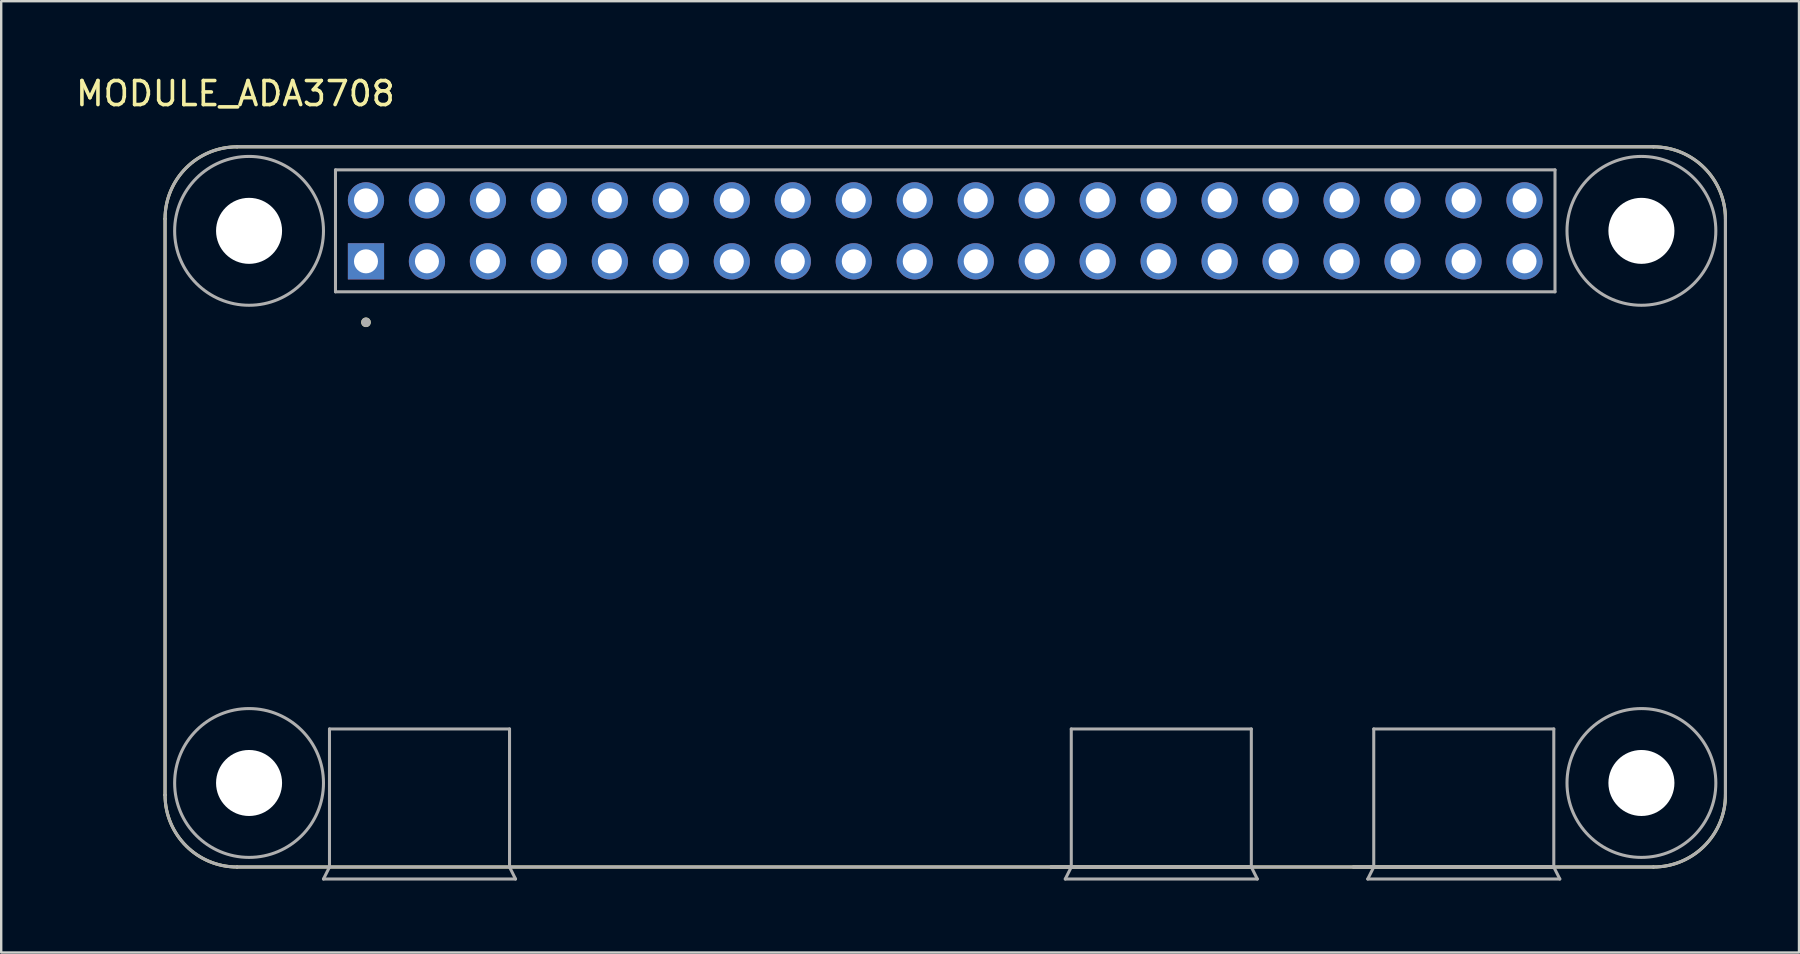
<source format=kicad_pcb>
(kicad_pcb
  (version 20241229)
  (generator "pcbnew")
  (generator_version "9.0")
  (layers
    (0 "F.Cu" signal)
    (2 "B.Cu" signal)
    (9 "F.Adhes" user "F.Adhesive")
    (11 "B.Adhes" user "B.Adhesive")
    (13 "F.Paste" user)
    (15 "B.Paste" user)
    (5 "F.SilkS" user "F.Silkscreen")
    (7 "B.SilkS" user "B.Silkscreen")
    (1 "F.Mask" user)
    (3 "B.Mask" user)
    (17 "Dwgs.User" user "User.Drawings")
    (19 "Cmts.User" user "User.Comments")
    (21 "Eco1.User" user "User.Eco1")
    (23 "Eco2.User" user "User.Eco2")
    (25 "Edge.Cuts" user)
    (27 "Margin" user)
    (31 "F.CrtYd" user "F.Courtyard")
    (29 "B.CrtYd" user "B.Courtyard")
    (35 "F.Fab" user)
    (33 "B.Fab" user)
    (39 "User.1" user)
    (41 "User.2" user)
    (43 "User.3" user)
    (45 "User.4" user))
  (footprint "MODULE_ADA3708"
    (layer "F.Cu")
    (at 36.325 18.066)
    (property "Reference" "MODULE_ADA3708" (at -29.569 -17.216 0) (layer "F.SilkS") (effects (font (size 1.002 1.002) (thickness 0.15))))
    (attr through_hole)
    (fp_line (start -32.5 -12) (end -32.5 12) (stroke (width 0.127) (type solid)) (layer "F.SilkS"))
    (fp_line (start -29.5 15) (end 29.5 15) (stroke (width 0.127) (type solid)) (layer "F.SilkS"))
    (fp_line (start 4.4 15) (end 12.75 15) (stroke (width 0.127) (type solid)) (layer "F.SilkS"))
    (fp_line (start 17 15) (end 25.35 15) (stroke (width 0.127) (type solid)) (layer "F.SilkS"))
    (fp_line (start 29.5 -15) (end -29.5 -15) (stroke (width 0.127) (type solid)) (layer "F.SilkS"))
    (fp_line (start 32.5 12) (end 32.5 -12) (stroke (width 0.127) (type solid)) (layer "F.SilkS"))
    (fp_arc (start -32.5 -12) (mid -31.62132 -14.12132) (end -29.5 -15) (stroke (width 0.127) (type solid)) (layer "F.SilkS"))
    (fp_arc (start -29.5 15) (mid -31.62132 14.12132) (end -32.5 12) (stroke (width 0.127) (type solid)) (layer "F.SilkS"))
    (fp_arc (start 29.5 -15) (mid 31.62132 -14.12132) (end 32.5 -12) (stroke (width 0.127) (type solid)) (layer "F.SilkS"))
    (fp_arc (start 32.5 12) (mid 31.62132 14.12132) (end 29.5 15) (stroke (width 0.127) (type solid)) (layer "F.SilkS"))
    (fp_circle (center -24.13 -7.69) (end -24.03 -7.69) (stroke (width 0.2) (type solid)) (fill no) (layer "F.SilkS"))
    (fp_line (start -32.5 -12) (end -32.5 12) (stroke (width 0.127) (type solid)) (layer "F.Fab"))
    (fp_line (start -29.5 15) (end -25.65 15) (stroke (width 0.127) (type solid)) (layer "F.Fab"))
    (fp_line (start -25.9 15.5) (end -17.9 15.5) (stroke (width 0.127) (type solid)) (layer "F.Fab"))
    (fp_line (start -25.65 9.25) (end -18.15 9.25) (stroke (width 0.127) (type solid)) (layer "F.Fab"))
    (fp_line (start -25.65 15) (end -25.9 15.5) (stroke (width 0.127) (type solid)) (layer "F.Fab"))
    (fp_line (start -25.65 15) (end -25.65 9.25) (stroke (width 0.127) (type solid)) (layer "F.Fab"))
    (fp_line (start -25.65 15) (end -18.15 15) (stroke (width 0.127) (type solid)) (layer "F.Fab"))
    (fp_line (start -25.4 -14.04) (end -25.4 -8.96) (stroke (width 0.127) (type solid)) (layer "F.Fab"))
    (fp_line (start -25.4 -8.96) (end 25.4 -8.96) (stroke (width 0.127) (type solid)) (layer "F.Fab"))
    (fp_line (start -18.15 9.25) (end -18.15 15) (stroke (width 0.127) (type solid)) (layer "F.Fab"))
    (fp_line (start -18.15 15) (end 29.5 15) (stroke (width 0.127) (type solid)) (layer "F.Fab"))
    (fp_line (start -17.9 15.5) (end -18.15 15) (stroke (width 0.127) (type solid)) (layer "F.Fab"))
    (fp_line (start 4.4 15) (end 5.25 15) (stroke (width 0.127) (type solid)) (layer "F.Fab"))
    (fp_line (start 5 15.5) (end 13 15.5) (stroke (width 0.127) (type solid)) (layer "F.Fab"))
    (fp_line (start 5.25 9.25) (end 12.75 9.25) (stroke (width 0.127) (type solid)) (layer "F.Fab"))
    (fp_line (start 5.25 15) (end 5 15.5) (stroke (width 0.127) (type solid)) (layer "F.Fab"))
    (fp_line (start 5.25 15) (end 5.25 9.25) (stroke (width 0.127) (type solid)) (layer "F.Fab"))
    (fp_line (start 5.25 15) (end 12.75 15) (stroke (width 0.127) (type solid)) (layer "F.Fab"))
    (fp_line (start 12.75 9.25) (end 12.75 15) (stroke (width 0.127) (type solid)) (layer "F.Fab"))
    (fp_line (start 13 15.5) (end 12.75 15) (stroke (width 0.127) (type solid)) (layer "F.Fab"))
    (fp_line (start 17 15) (end 17.85 15) (stroke (width 0.127) (type solid)) (layer "F.Fab"))
    (fp_line (start 17.6 15.5) (end 25.6 15.5) (stroke (width 0.127) (type solid)) (layer "F.Fab"))
    (fp_line (start 17.85 9.25) (end 25.35 9.25) (stroke (width 0.127) (type solid)) (layer "F.Fab"))
    (fp_line (start 17.85 15) (end 17.6 15.5) (stroke (width 0.127) (type solid)) (layer "F.Fab"))
    (fp_line (start 17.85 15) (end 17.85 9.25) (stroke (width 0.127) (type solid)) (layer "F.Fab"))
    (fp_line (start 17.85 15) (end 25.35 15) (stroke (width 0.127) (type solid)) (layer "F.Fab"))
    (fp_line (start 25.35 9.25) (end 25.35 15) (stroke (width 0.127) (type solid)) (layer "F.Fab"))
    (fp_line (start 25.4 -14.04) (end -25.4 -14.04) (stroke (width 0.127) (type solid)) (layer "F.Fab"))
    (fp_line (start 25.4 -8.96) (end 25.4 -14.04) (stroke (width 0.127) (type solid)) (layer "F.Fab"))
    (fp_line (start 25.6 15.5) (end 25.35 15) (stroke (width 0.127) (type solid)) (layer "F.Fab"))
    (fp_line (start 29.5 -15) (end -29.5 -15) (stroke (width 0.127) (type solid)) (layer "F.Fab"))
    (fp_line (start 32.5 12) (end 32.5 -12) (stroke (width 0.127) (type solid)) (layer "F.Fab"))
    (fp_arc (start -32.5 -12) (mid -31.62132 -14.12132) (end -29.5 -15) (stroke (width 0.127) (type solid)) (layer "F.Fab"))
    (fp_arc (start -29.5 15) (mid -31.62132 14.12132) (end -32.5 12) (stroke (width 0.127) (type solid)) (layer "F.Fab"))
    (fp_arc (start 29.5 -15) (mid 31.62132 -14.12132) (end 32.5 -12) (stroke (width 0.127) (type solid)) (layer "F.Fab"))
    (fp_arc (start 32.5 12) (mid 31.62132 14.12132) (end 29.5 15) (stroke (width 0.127) (type solid)) (layer "F.Fab"))
    (fp_circle (center -29 -11.5) (end -25.9 -11.5) (stroke (width 0.127) (type solid)) (fill no) (layer "F.Fab"))
    (fp_circle (center -29 11.5) (end -25.9 11.5) (stroke (width 0.127) (type solid)) (fill no) (layer "F.Fab"))
    (fp_circle (center -24.13 -7.69) (end -24.03 -7.69) (stroke (width 0.2) (type solid)) (fill no) (layer "F.Fab"))
    (fp_circle (center 29 -11.5) (end 32.1 -11.5) (stroke (width 0.127) (type solid)) (fill no) (layer "F.Fab"))
    (fp_circle (center 29 11.5) (end 32.1 11.5) (stroke (width 0.127) (type solid)) (fill no) (layer "F.Fab"))
    (pad "" np_thru_hole circle (at -29 -11.5) (size 2.75 2.75) (drill 2.75) (layers "*.Cu" "*.Mask"))
    (pad "" np_thru_hole circle (at -29 11.5) (size 2.75 2.75) (drill 2.75) (layers "*.Cu" "*.Mask"))
    (pad "" np_thru_hole circle (at 29 -11.5) (size 2.75 2.75) (drill 2.75) (layers "*.Cu" "*.Mask"))
    (pad "" np_thru_hole circle (at 29 11.5) (size 2.75 2.75) (drill 2.75) (layers "*.Cu" "*.Mask"))
    (pad "1" thru_hole rect (at -24.13 -10.23) (size 1.508 1.508) (drill 1) (layers "*.Cu" "*.Mask"))
    (pad "2" thru_hole circle (at -24.13 -12.77) (size 1.508 1.508) (drill 1) (layers "*.Cu" "*.Mask"))
    (pad "3" thru_hole circle (at -21.59 -10.23) (size 1.508 1.508) (drill 1) (layers "*.Cu" "*.Mask"))
    (pad "4" thru_hole circle (at -21.59 -12.77) (size 1.508 1.508) (drill 1) (layers "*.Cu" "*.Mask"))
    (pad "5" thru_hole circle (at -19.05 -10.23) (size 1.508 1.508) (drill 1) (layers "*.Cu" "*.Mask"))
    (pad "6" thru_hole circle (at -19.05 -12.77) (size 1.508 1.508) (drill 1) (layers "*.Cu" "*.Mask"))
    (pad "7" thru_hole circle (at -16.51 -10.23) (size 1.508 1.508) (drill 1) (layers "*.Cu" "*.Mask"))
    (pad "8" thru_hole circle (at -16.51 -12.77) (size 1.508 1.508) (drill 1) (layers "*.Cu" "*.Mask"))
    (pad "9" thru_hole circle (at -13.97 -10.23) (size 1.508 1.508) (drill 1) (layers "*.Cu" "*.Mask"))
    (pad "10" thru_hole circle (at -13.97 -12.77) (size 1.508 1.508) (drill 1) (layers "*.Cu" "*.Mask"))
    (pad "11" thru_hole circle (at -11.43 -10.23) (size 1.508 1.508) (drill 1) (layers "*.Cu" "*.Mask"))
    (pad "12" thru_hole circle (at -11.43 -12.77) (size 1.508 1.508) (drill 1) (layers "*.Cu" "*.Mask"))
    (pad "13" thru_hole circle (at -8.89 -10.23) (size 1.508 1.508) (drill 1) (layers "*.Cu" "*.Mask"))
    (pad "14" thru_hole circle (at -8.89 -12.77) (size 1.508 1.508) (drill 1) (layers "*.Cu" "*.Mask"))
    (pad "15" thru_hole circle (at -6.35 -10.23) (size 1.508 1.508) (drill 1) (layers "*.Cu" "*.Mask"))
    (pad "16" thru_hole circle (at -6.35 -12.77) (size 1.508 1.508) (drill 1) (layers "*.Cu" "*.Mask"))
    (pad "17" thru_hole circle (at -3.81 -10.23) (size 1.508 1.508) (drill 1) (layers "*.Cu" "*.Mask"))
    (pad "18" thru_hole circle (at -3.81 -12.77) (size 1.508 1.508) (drill 1) (layers "*.Cu" "*.Mask"))
    (pad "19" thru_hole circle (at -1.27 -10.23) (size 1.508 1.508) (drill 1) (layers "*.Cu" "*.Mask"))
    (pad "20" thru_hole circle (at -1.27 -12.77) (size 1.508 1.508) (drill 1) (layers "*.Cu" "*.Mask"))
    (pad "21" thru_hole circle (at 1.27 -10.23) (size 1.508 1.508) (drill 1) (layers "*.Cu" "*.Mask"))
    (pad "22" thru_hole circle (at 1.27 -12.77) (size 1.508 1.508) (drill 1) (layers "*.Cu" "*.Mask"))
    (pad "23" thru_hole circle (at 3.81 -10.23) (size 1.508 1.508) (drill 1) (layers "*.Cu" "*.Mask"))
    (pad "24" thru_hole circle (at 3.81 -12.77) (size 1.508 1.508) (drill 1) (layers "*.Cu" "*.Mask"))
    (pad "25" thru_hole circle (at 6.35 -10.23) (size 1.508 1.508) (drill 1) (layers "*.Cu" "*.Mask"))
    (pad "26" thru_hole circle (at 6.35 -12.77) (size 1.508 1.508) (drill 1) (layers "*.Cu" "*.Mask"))
    (pad "27" thru_hole circle (at 8.89 -10.23) (size 1.508 1.508) (drill 1) (layers "*.Cu" "*.Mask"))
    (pad "28" thru_hole circle (at 8.89 -12.77) (size 1.508 1.508) (drill 1) (layers "*.Cu" "*.Mask"))
    (pad "29" thru_hole circle (at 11.43 -10.23) (size 1.508 1.508) (drill 1) (layers "*.Cu" "*.Mask"))
    (pad "30" thru_hole circle (at 11.43 -12.77) (size 1.508 1.508) (drill 1) (layers "*.Cu" "*.Mask"))
    (pad "31" thru_hole circle (at 13.97 -10.23) (size 1.508 1.508) (drill 1) (layers "*.Cu" "*.Mask"))
    (pad "32" thru_hole circle (at 13.97 -12.77) (size 1.508 1.508) (drill 1) (layers "*.Cu" "*.Mask"))
    (pad "33" thru_hole circle (at 16.51 -10.23) (size 1.508 1.508) (drill 1) (layers "*.Cu" "*.Mask"))
    (pad "34" thru_hole circle (at 16.51 -12.77) (size 1.508 1.508) (drill 1) (layers "*.Cu" "*.Mask"))
    (pad "35" thru_hole circle (at 19.05 -10.23) (size 1.508 1.508) (drill 1) (layers "*.Cu" "*.Mask"))
    (pad "36" thru_hole circle (at 19.05 -12.77) (size 1.508 1.508) (drill 1) (layers "*.Cu" "*.Mask"))
    (pad "37" thru_hole circle (at 21.59 -10.23) (size 1.508 1.508) (drill 1) (layers "*.Cu" "*.Mask"))
    (pad "38" thru_hole circle (at 21.59 -12.77) (size 1.508 1.508) (drill 1) (layers "*.Cu" "*.Mask"))
    (pad "39" thru_hole circle (at 24.13 -10.23) (size 1.508 1.508) (drill 1) (layers "*.Cu" "*.Mask"))
    (pad "40" thru_hole circle (at 24.13 -12.77) (size 1.508 1.508) (drill 1) (layers "*.Cu" "*.Mask")))
  (gr_rect
    (start -3 -3)
    (end 71.889 36.629)
    (stroke (width 0.1) (type default))
    (fill no)
    (layer "Edge.Cuts")))
</source>
